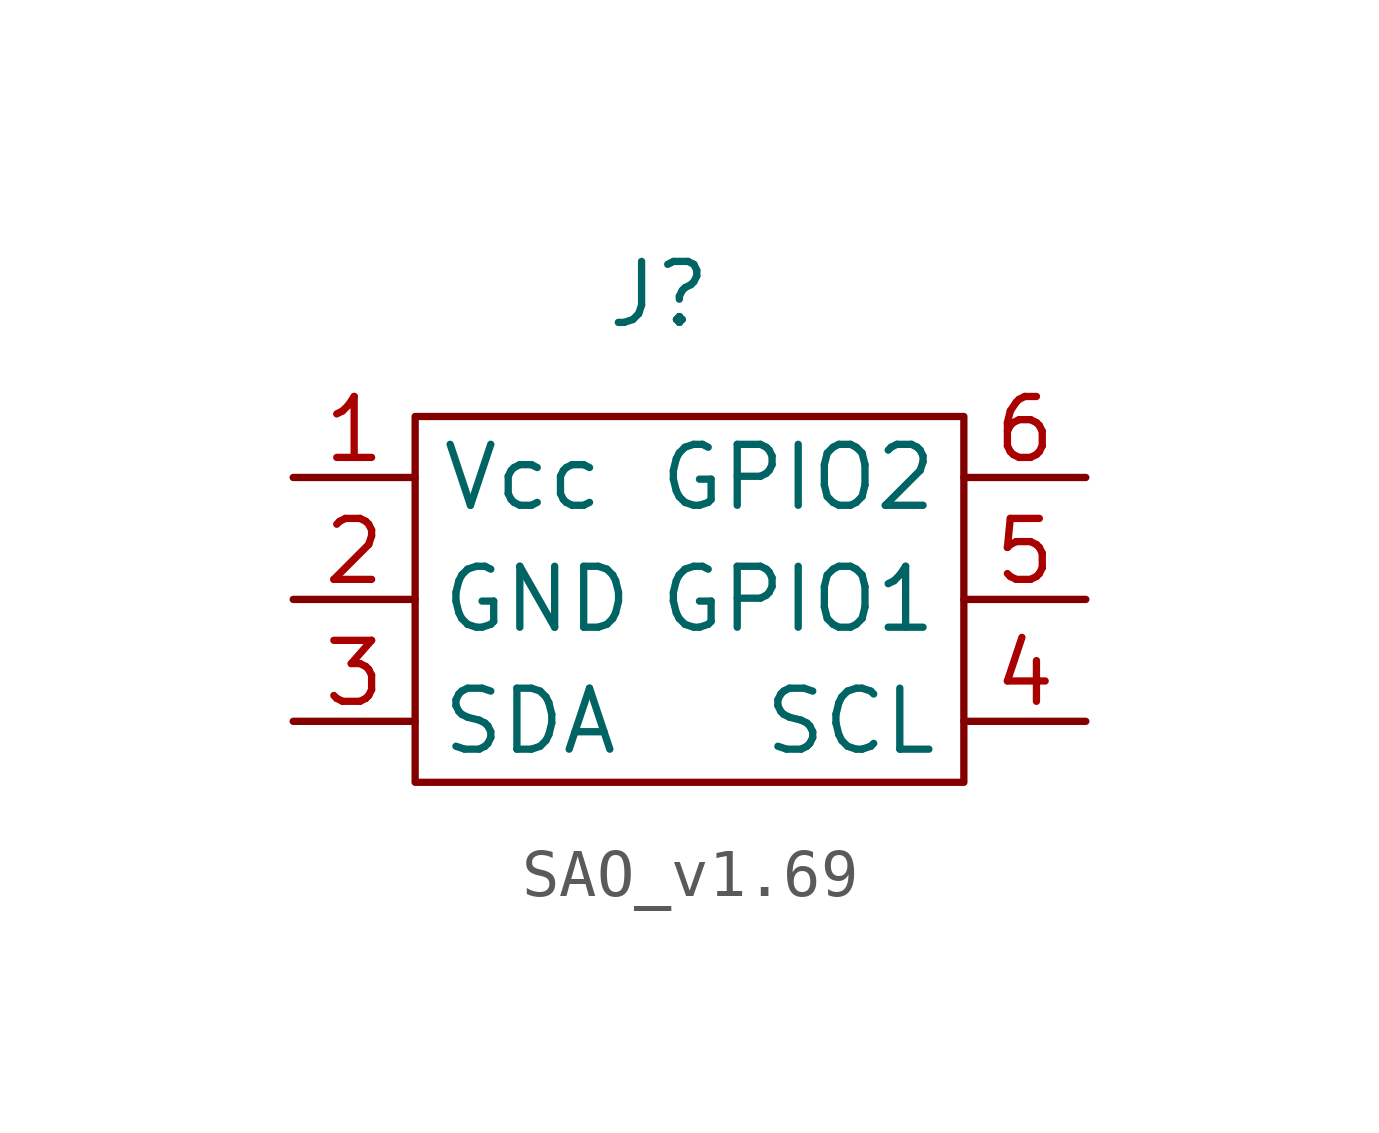
<source format=kicad_sym>
(kicad_symbol_lib
  (version 20220914)
  (generator kicad_symbol_editor)
  (symbol "SAO_v1.69"
    (property "Reference" "J"
      (at -1.27 6.35 0)
      (effects (font (size 1.27 1.27))))
    (property "Value" ""
      (at -1.27 1.27 0)
      (effects (font (size 1.27 1.27))))
    (symbol "SAO_v1.69_0_1"
      (rectangle (start -6.35 3.81) (end 5.08 -3.81) (stroke (width 0) (type default)) (fill (type none))))
    (symbol "SAO_v1.69_1_1"
      (pin input line (at -8.89 2.54 0) (length 2.54) (name "Vcc" (effects (font (size 1.27 1.27)))) (number "1" (effects (font (size 1.27 1.27)))))
      (pin input line (at -8.89 0 0) (length 2.54) (name "GND" (effects (font (size 1.27 1.27)))) (number "2" (effects (font (size 1.27 1.27)))))
      (pin input line (at -8.89 -2.54 0) (length 2.54) (name "SDA" (effects (font (size 1.27 1.27)))) (number "3" (effects (font (size 1.27 1.27)))))
      (pin input line (at 7.62 -2.54 180) (length 2.54) (name "SCL" (effects (font (size 1.27 1.27)))) (number "4" (effects (font (size 1.27 1.27)))))
      (pin input line (at 7.62 0 180) (length 2.54) (name "GPIO1" (effects (font (size 1.27 1.27)))) (number "5" (effects (font (size 1.27 1.27)))))
      (pin input line (at 7.62 2.54 180) (length 2.54) (name "GPIO2" (effects (font (size 1.27 1.27)))) (number "6" (effects (font (size 1.27 1.27))))))))
</source>
